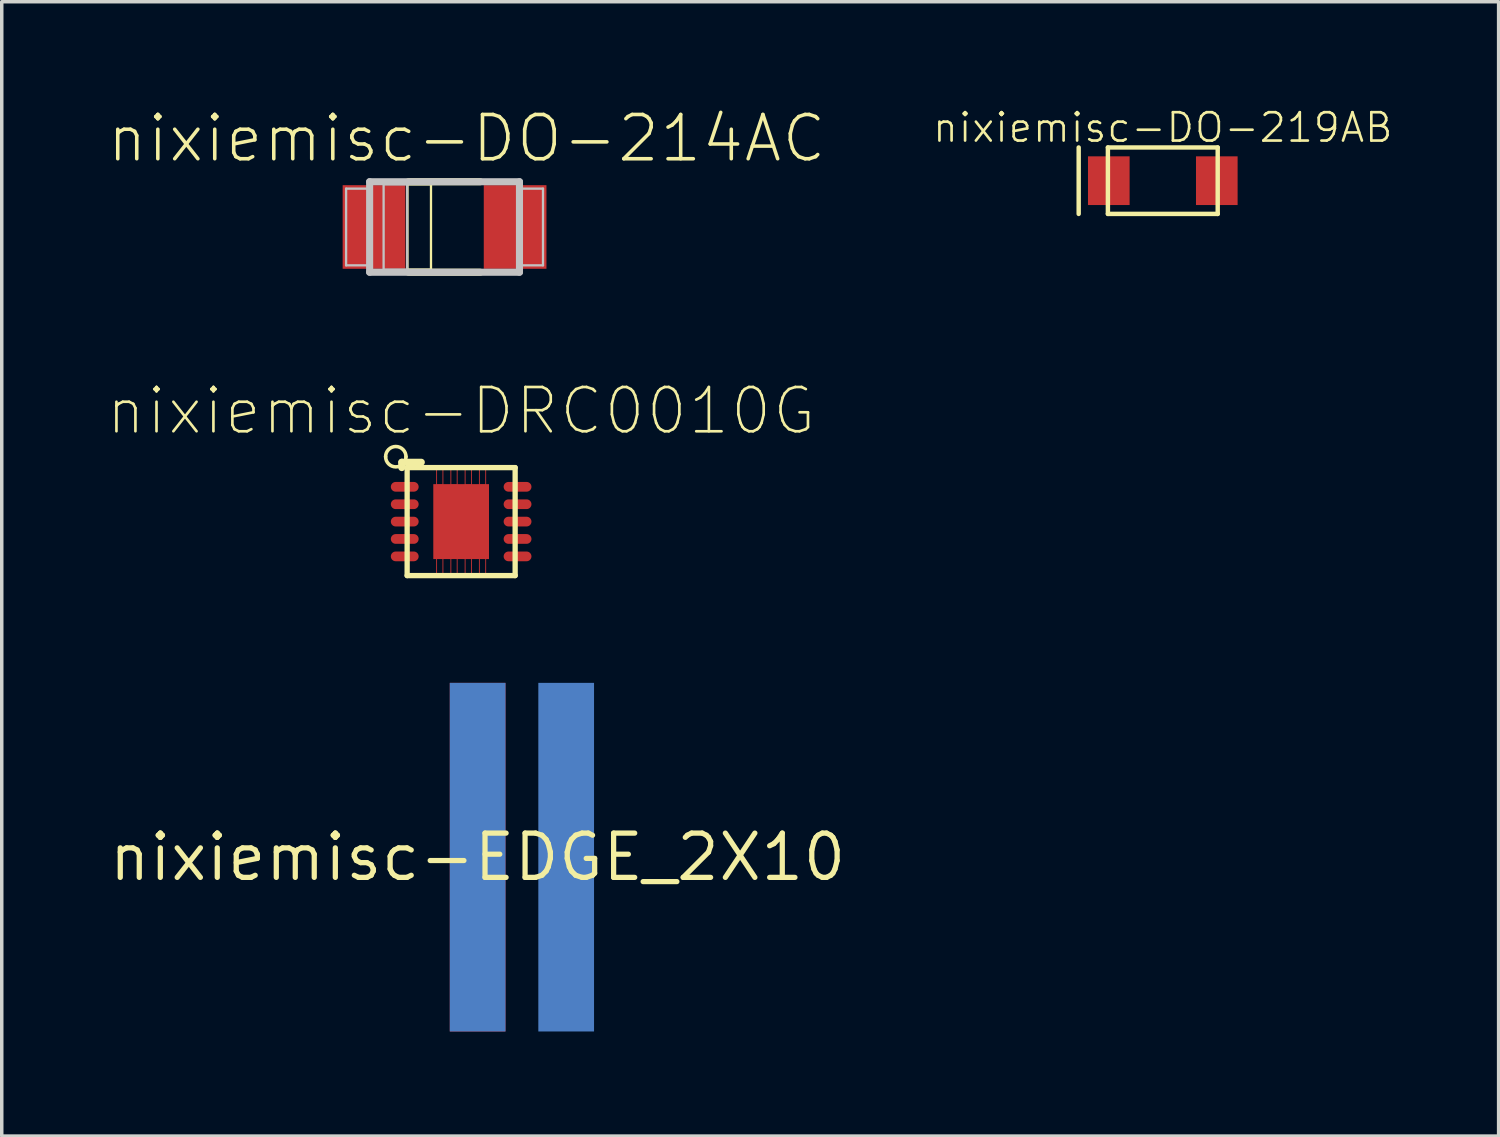
<source format=kicad_pcb>
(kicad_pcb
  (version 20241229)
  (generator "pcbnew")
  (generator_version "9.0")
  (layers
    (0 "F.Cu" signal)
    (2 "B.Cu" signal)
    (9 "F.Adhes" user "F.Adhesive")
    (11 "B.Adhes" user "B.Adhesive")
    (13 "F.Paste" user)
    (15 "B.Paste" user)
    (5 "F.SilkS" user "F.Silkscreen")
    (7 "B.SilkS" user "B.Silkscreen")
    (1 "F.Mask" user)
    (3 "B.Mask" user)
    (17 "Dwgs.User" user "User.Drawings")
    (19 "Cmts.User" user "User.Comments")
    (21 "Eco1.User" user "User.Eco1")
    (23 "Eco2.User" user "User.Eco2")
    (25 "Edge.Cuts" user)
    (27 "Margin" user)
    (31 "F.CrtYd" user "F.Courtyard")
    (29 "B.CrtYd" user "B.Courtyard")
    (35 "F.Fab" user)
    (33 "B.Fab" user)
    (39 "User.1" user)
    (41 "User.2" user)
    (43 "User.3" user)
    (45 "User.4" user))
  (footprint "nixiemisc-DO-214AC"
    (layer "F.Cu")
    (at 9.702 3.461)
    (property "Reference" "nixiemisc-DO-214AC" (at 0.635 -2.54 0) (layer "F.SilkS") (effects (font (size 1.27 1.27) (thickness 0.102))))
    (attr smd)
    (fp_line (start -1.064 -1.224) (end -0.389 -1.224) (stroke (width 0.066) (type solid)) (layer "F.SilkS"))
    (fp_line (start -1.064 1.224) (end -1.064 -1.224) (stroke (width 0.066) (type solid)) (layer "F.SilkS"))
    (fp_line (start -1.064 1.224) (end -0.389 1.224) (stroke (width 0.066) (type solid)) (layer "F.SilkS"))
    (fp_line (start -1.034 -1.298) (end 1.024 -1.298) (stroke (width 0.203) (type solid)) (layer "F.SilkS"))
    (fp_line (start -0.389 1.224) (end -0.389 -1.224) (stroke (width 0.066) (type solid)) (layer "F.SilkS"))
    (fp_line (start 1.024 1.298) (end -1.034 1.298) (stroke (width 0.203) (type solid)) (layer "F.SilkS"))
    (fp_line (start -2.824 -1.1) (end -2.174 -1.1) (stroke (width 0.066) (type solid)) (layer "Dwgs.User"))
    (fp_line (start -2.824 1.1) (end -2.824 -1.1) (stroke (width 0.066) (type solid)) (layer "Dwgs.User"))
    (fp_line (start -2.824 1.1) (end -2.174 1.1) (stroke (width 0.066) (type solid)) (layer "Dwgs.User"))
    (fp_line (start -2.174 1.1) (end -2.174 -1.1) (stroke (width 0.066) (type solid)) (layer "Dwgs.User"))
    (fp_line (start -2.149 -1.298) (end 2.149 -1.298) (stroke (width 0.203) (type solid)) (layer "Dwgs.User"))
    (fp_line (start -2.149 1.298) (end -2.149 -1.298) (stroke (width 0.203) (type solid)) (layer "Dwgs.User"))
    (fp_line (start -1.748 -1.224) (end -1.074 -1.224) (stroke (width 0.066) (type solid)) (layer "Dwgs.User"))
    (fp_line (start -1.748 1.224) (end -1.748 -1.224) (stroke (width 0.066) (type solid)) (layer "Dwgs.User"))
    (fp_line (start -1.748 1.224) (end -1.074 1.224) (stroke (width 0.066) (type solid)) (layer "Dwgs.User"))
    (fp_line (start -1.074 1.224) (end -1.074 -1.224) (stroke (width 0.066) (type solid)) (layer "Dwgs.User"))
    (fp_line (start 2.149 -1.298) (end 2.149 1.298) (stroke (width 0.203) (type solid)) (layer "Dwgs.User"))
    (fp_line (start 2.149 1.298) (end -2.149 1.298) (stroke (width 0.203) (type solid)) (layer "Dwgs.User"))
    (fp_line (start 2.174 -1.1) (end 2.174 1.1) (stroke (width 0.066) (type solid)) (layer "Dwgs.User"))
    (fp_line (start 2.824 -1.1) (end 2.174 -1.1) (stroke (width 0.066) (type solid)) (layer "Dwgs.User"))
    (fp_line (start 2.824 -1.1) (end 2.824 1.1) (stroke (width 0.066) (type solid)) (layer "Dwgs.User"))
    (fp_line (start 2.824 1.1) (end 2.174 1.1) (stroke (width 0.066) (type solid)) (layer "Dwgs.User"))
    (pad "A" smd rect (at 2.024 0 180) (size 1.798 2.398) (layers "F.Cu" "F.Mask" "F.Paste"))
    (pad "C" smd rect (at -2.024 0) (size 1.798 2.398) (layers "F.Cu" "F.Mask" "F.Paste")))
  (footprint "nixiemisc-EDGE_2X10"
    (layer "F.Cu")
    (at 10.651 21.538)
    (property "Reference" "nixiemisc-EDGE_2X10" (at 0 0 0) (layer "F.SilkS") (effects (font (size 1.27 1.27) (thickness 0.15))))
    (attr smd)
    (pad "P$1" smd rect (at 0 0 90) (size 10 1.598) (layers "F.Cu" "F.Mask" "F.Paste"))
    (pad "P$2" smd rect (at 0 0 90) (size 10 1.598) (layers "B.Cu" "B.Mask"))
    (pad "P$4" smd rect (at 2.54 0 90) (size 10 1.598) (layers "B.Cu" "B.Mask")))
  (footprint "nixiemisc-DO-219AB"
    (layer "F.Cu")
    (at 30.305 2.133)
    (property "Reference" "nixiemisc-DO-219AB" (at 0 -1.524 0) (layer "F.SilkS") (effects (font (size 0.813 0.813) (thickness 0.076))))
    (attr smd)
    (fp_line (start -2.413 -0.953) (end -2.413 0.953) (stroke (width 0.127) (type solid)) (layer "F.SilkS"))
    (fp_line (start -1.575 -0.953) (end 1.575 -0.953) (stroke (width 0.127) (type solid)) (layer "F.SilkS"))
    (fp_line (start -1.575 0.953) (end -1.575 -0.953) (stroke (width 0.127) (type solid)) (layer "F.SilkS"))
    (fp_line (start 1.575 -0.953) (end 1.575 0.953) (stroke (width 0.127) (type solid)) (layer "F.SilkS"))
    (fp_line (start 1.575 0.953) (end -1.575 0.953) (stroke (width 0.127) (type solid)) (layer "F.SilkS"))
    (pad "A" smd rect (at 1.549 0 180) (size 1.194 1.397) (layers "F.Cu" "F.Mask" "F.Paste"))
    (pad "C" smd rect (at -1.549 0) (size 1.194 1.397) (layers "F.Cu" "F.Mask" "F.Paste")))
  (footprint "nixiemisc-DRC0010G"
    (layer "F.Cu")
    (at 10.178 11.912)
    (property "Reference" "nixiemisc-DRC0010G" (at 0 -3.175 0) (layer "F.SilkS") (effects (font (size 1.27 1.27) (thickness 0.076))))
    (attr smd)
    (fp_poly (pts (xy -0.523 -1.499) (xy -0.704 -1.499) (xy -0.704 -1.049) (xy -0.523 -1.049) (xy -0.523 -1.499)) (stroke (width 0.025) (type solid)) (fill no) (layer "F.Cu"))
    (fp_poly (pts (xy -0.523 1.049) (xy -0.704 1.049) (xy -0.704 1.499) (xy -0.523 1.499) (xy -0.523 1.049)) (stroke (width 0.025) (type solid)) (fill no) (layer "F.Cu"))
    (fp_poly (pts (xy -0.114 -1.499) (xy -0.295 -1.499) (xy -0.295 -1.049) (xy -0.114 -1.049) (xy -0.114 -1.499)) (stroke (width 0.025) (type solid)) (fill no) (layer "F.Cu"))
    (fp_poly (pts (xy -0.114 1.049) (xy -0.295 1.049) (xy -0.295 1.499) (xy -0.114 1.499) (xy -0.114 1.049)) (stroke (width 0.025) (type solid)) (fill no) (layer "F.Cu"))
    (fp_poly (pts (xy 0.295 -1.499) (xy 0.114 -1.499) (xy 0.114 -1.049) (xy 0.295 -1.049) (xy 0.295 -1.499)) (stroke (width 0.025) (type solid)) (fill no) (layer "F.Cu"))
    (fp_poly (pts (xy 0.295 1.049) (xy 0.114 1.049) (xy 0.114 1.499) (xy 0.295 1.499) (xy 0.295 1.049)) (stroke (width 0.025) (type solid)) (fill no) (layer "F.Cu"))
    (fp_poly (pts (xy 0.704 -1.499) (xy 0.523 -1.499) (xy 0.523 -1.049) (xy 0.704 -1.049) (xy 0.704 -1.499)) (stroke (width 0.025) (type solid)) (fill no) (layer "F.Cu"))
    (fp_poly (pts (xy 0.704 1.049) (xy 0.523 1.049) (xy 0.523 1.499) (xy 0.704 1.499) (xy 0.704 1.049)) (stroke (width 0.025) (type solid)) (fill no) (layer "F.Cu"))
    (fp_poly (pts (xy -0.523 -1.499) (xy -0.704 -1.499) (xy -0.704 -1.049) (xy -0.523 -1.049) (xy -0.523 -1.499)) (stroke (width 0.025) (type solid)) (fill no) (layer "F.Mask"))
    (fp_poly (pts (xy -0.523 1.049) (xy -0.704 1.049) (xy -0.704 1.499) (xy -0.523 1.499) (xy -0.523 1.049)) (stroke (width 0.025) (type solid)) (fill no) (layer "F.Mask"))
    (fp_poly (pts (xy -0.114 -1.499) (xy -0.295 -1.499) (xy -0.295 -1.049) (xy -0.114 -1.049) (xy -0.114 -1.499)) (stroke (width 0.025) (type solid)) (fill no) (layer "F.Mask"))
    (fp_poly (pts (xy -0.114 1.049) (xy -0.295 1.049) (xy -0.295 1.499) (xy -0.114 1.499) (xy -0.114 1.049)) (stroke (width 0.025) (type solid)) (fill no) (layer "F.Mask"))
    (fp_poly (pts (xy 0.295 -1.499) (xy 0.114 -1.499) (xy 0.114 -1.049) (xy 0.295 -1.049) (xy 0.295 -1.499)) (stroke (width 0.025) (type solid)) (fill no) (layer "F.Mask"))
    (fp_poly (pts (xy 0.295 1.049) (xy 0.114 1.049) (xy 0.114 1.499) (xy 0.295 1.499) (xy 0.295 1.049)) (stroke (width 0.025) (type solid)) (fill no) (layer "F.Mask"))
    (fp_poly (pts (xy 0.704 -1.499) (xy 0.523 -1.499) (xy 0.523 -1.049) (xy 0.704 -1.049) (xy 0.704 -1.499)) (stroke (width 0.025) (type solid)) (fill no) (layer "F.Mask"))
    (fp_poly (pts (xy 0.704 1.049) (xy 0.523 1.049) (xy 0.523 1.499) (xy 0.704 1.499) (xy 0.704 1.049)) (stroke (width 0.025) (type solid)) (fill no) (layer "F.Mask"))
    (fp_line (start -1.702 -1.702) (end -1.143 -1.702) (stroke (width 0.203) (type solid)) (layer "F.SilkS"))
    (fp_line (start -1.702 -1.549) (end -1.702 -1.702) (stroke (width 0.203) (type solid)) (layer "F.SilkS"))
    (fp_line (start -1.549 -1.549) (end 1.549 -1.549) (stroke (width 0.152) (type solid)) (layer "F.SilkS"))
    (fp_line (start -1.549 1.549) (end -1.549 -1.549) (stroke (width 0.152) (type solid)) (layer "F.SilkS"))
    (fp_line (start -1.549 1.549) (end 1.549 1.549) (stroke (width 0.152) (type solid)) (layer "F.SilkS"))
    (fp_line (start 1.549 1.549) (end 1.549 -1.549) (stroke (width 0.152) (type solid)) (layer "F.SilkS"))
    (fp_arc (start -2.16662 -1.86182) (mid -1.87452 -2.15392) (end -1.58242 -1.86182) (stroke (width 0.1016) (type solid)) (layer "F.SilkS"))
    (fp_arc (start -1.58242 -1.86182) (mid -1.87452 -1.56972) (end -2.16662 -1.86182) (stroke (width 0.1016) (type solid)) (layer "F.SilkS"))
    (fp_poly (pts (xy -0.688 1.039) (xy 0.676 1.039) (xy 0.676 0.099) (xy -0.688 0.099) (xy -0.688 1.039)) (stroke (width 0.025) (type solid)) (fill no) (layer "F.Paste"))
    (fp_poly (pts (xy -0.683 -0.099) (xy 0.681 -0.099) (xy 0.681 -1.039) (xy -0.683 -1.039) (xy -0.683 -0.099)) (stroke (width 0.025) (type solid)) (fill no) (layer "F.Paste"))
    (fp_poly (pts (xy -0.523 -1.499) (xy -0.704 -1.499) (xy -0.704 -1.049) (xy -0.523 -1.049) (xy -0.523 -1.499)) (stroke (width 0.025) (type solid)) (fill no) (layer "F.Paste"))
    (fp_poly (pts (xy -0.523 1.049) (xy -0.704 1.049) (xy -0.704 1.499) (xy -0.523 1.499) (xy -0.523 1.049)) (stroke (width 0.025) (type solid)) (fill no) (layer "F.Paste"))
    (fp_poly (pts (xy -0.114 -1.499) (xy -0.295 -1.499) (xy -0.295 -1.049) (xy -0.114 -1.049) (xy -0.114 -1.499)) (stroke (width 0.025) (type solid)) (fill no) (layer "F.Paste"))
    (fp_poly (pts (xy -0.114 1.049) (xy -0.295 1.049) (xy -0.295 1.499) (xy -0.114 1.499) (xy -0.114 1.049)) (stroke (width 0.025) (type solid)) (fill no) (layer "F.Paste"))
    (fp_poly (pts (xy 0.295 -1.499) (xy 0.114 -1.499) (xy 0.114 -1.049) (xy 0.295 -1.049) (xy 0.295 -1.499)) (stroke (width 0.025) (type solid)) (fill no) (layer "F.Paste"))
    (fp_poly (pts (xy 0.295 1.049) (xy 0.114 1.049) (xy 0.114 1.499) (xy 0.295 1.499) (xy 0.295 1.049)) (stroke (width 0.025) (type solid)) (fill no) (layer "F.Paste"))
    (fp_poly (pts (xy 0.704 -1.499) (xy 0.523 -1.499) (xy 0.523 -1.049) (xy 0.704 -1.049) (xy 0.704 -1.499)) (stroke (width 0.025) (type solid)) (fill no) (layer "F.Paste"))
    (fp_poly (pts (xy 0.704 1.049) (xy 0.523 1.049) (xy 0.523 1.499) (xy 0.704 1.499) (xy 0.704 1.049)) (stroke (width 0.025) (type solid)) (fill no) (layer "F.Paste"))
    (pad "1" smd oval (at -1.618 -0.998 180) (size 0.798 0.279) (layers "F.Cu" "F.Mask" "F.Paste"))
    (pad "2" smd oval (at -1.618 -0.498 180) (size 0.798 0.279) (layers "F.Cu" "F.Mask" "F.Paste"))
    (pad "3" smd oval (at -1.618 0 180) (size 0.798 0.279) (layers "F.Cu" "F.Mask" "F.Paste"))
    (pad "4" smd oval (at -1.618 0.498 180) (size 0.798 0.279) (layers "F.Cu" "F.Mask" "F.Paste"))
    (pad "5" smd oval (at -1.618 0.998 180) (size 0.798 0.279) (layers "F.Cu" "F.Mask" "F.Paste"))
    (pad "6" smd oval (at 1.618 0.998 180) (size 0.798 0.279) (layers "F.Cu" "F.Mask" "F.Paste"))
    (pad "7" smd oval (at 1.618 0.498 180) (size 0.798 0.279) (layers "F.Cu" "F.Mask" "F.Paste"))
    (pad "8" smd oval (at 1.618 0 180) (size 0.798 0.279) (layers "F.Cu" "F.Mask" "F.Paste"))
    (pad "9" smd oval (at 1.618 -0.498 180) (size 0.798 0.279) (layers "F.Cu" "F.Mask" "F.Paste"))
    (pad "10" smd oval (at 1.618 -0.998 180) (size 0.798 0.279) (layers "F.Cu" "F.Mask" "F.Paste"))
    (pad "11" smd rect (at 0 0) (size 1.598 2.149) (layers "F.Cu" "F.Mask" "F.Paste")))
  (gr_rect
    (start -3 -3)
    (end 39.938 29.538)
    (stroke (width 0.1) (type default))
    (fill no)
    (layer "Edge.Cuts")))
</source>
